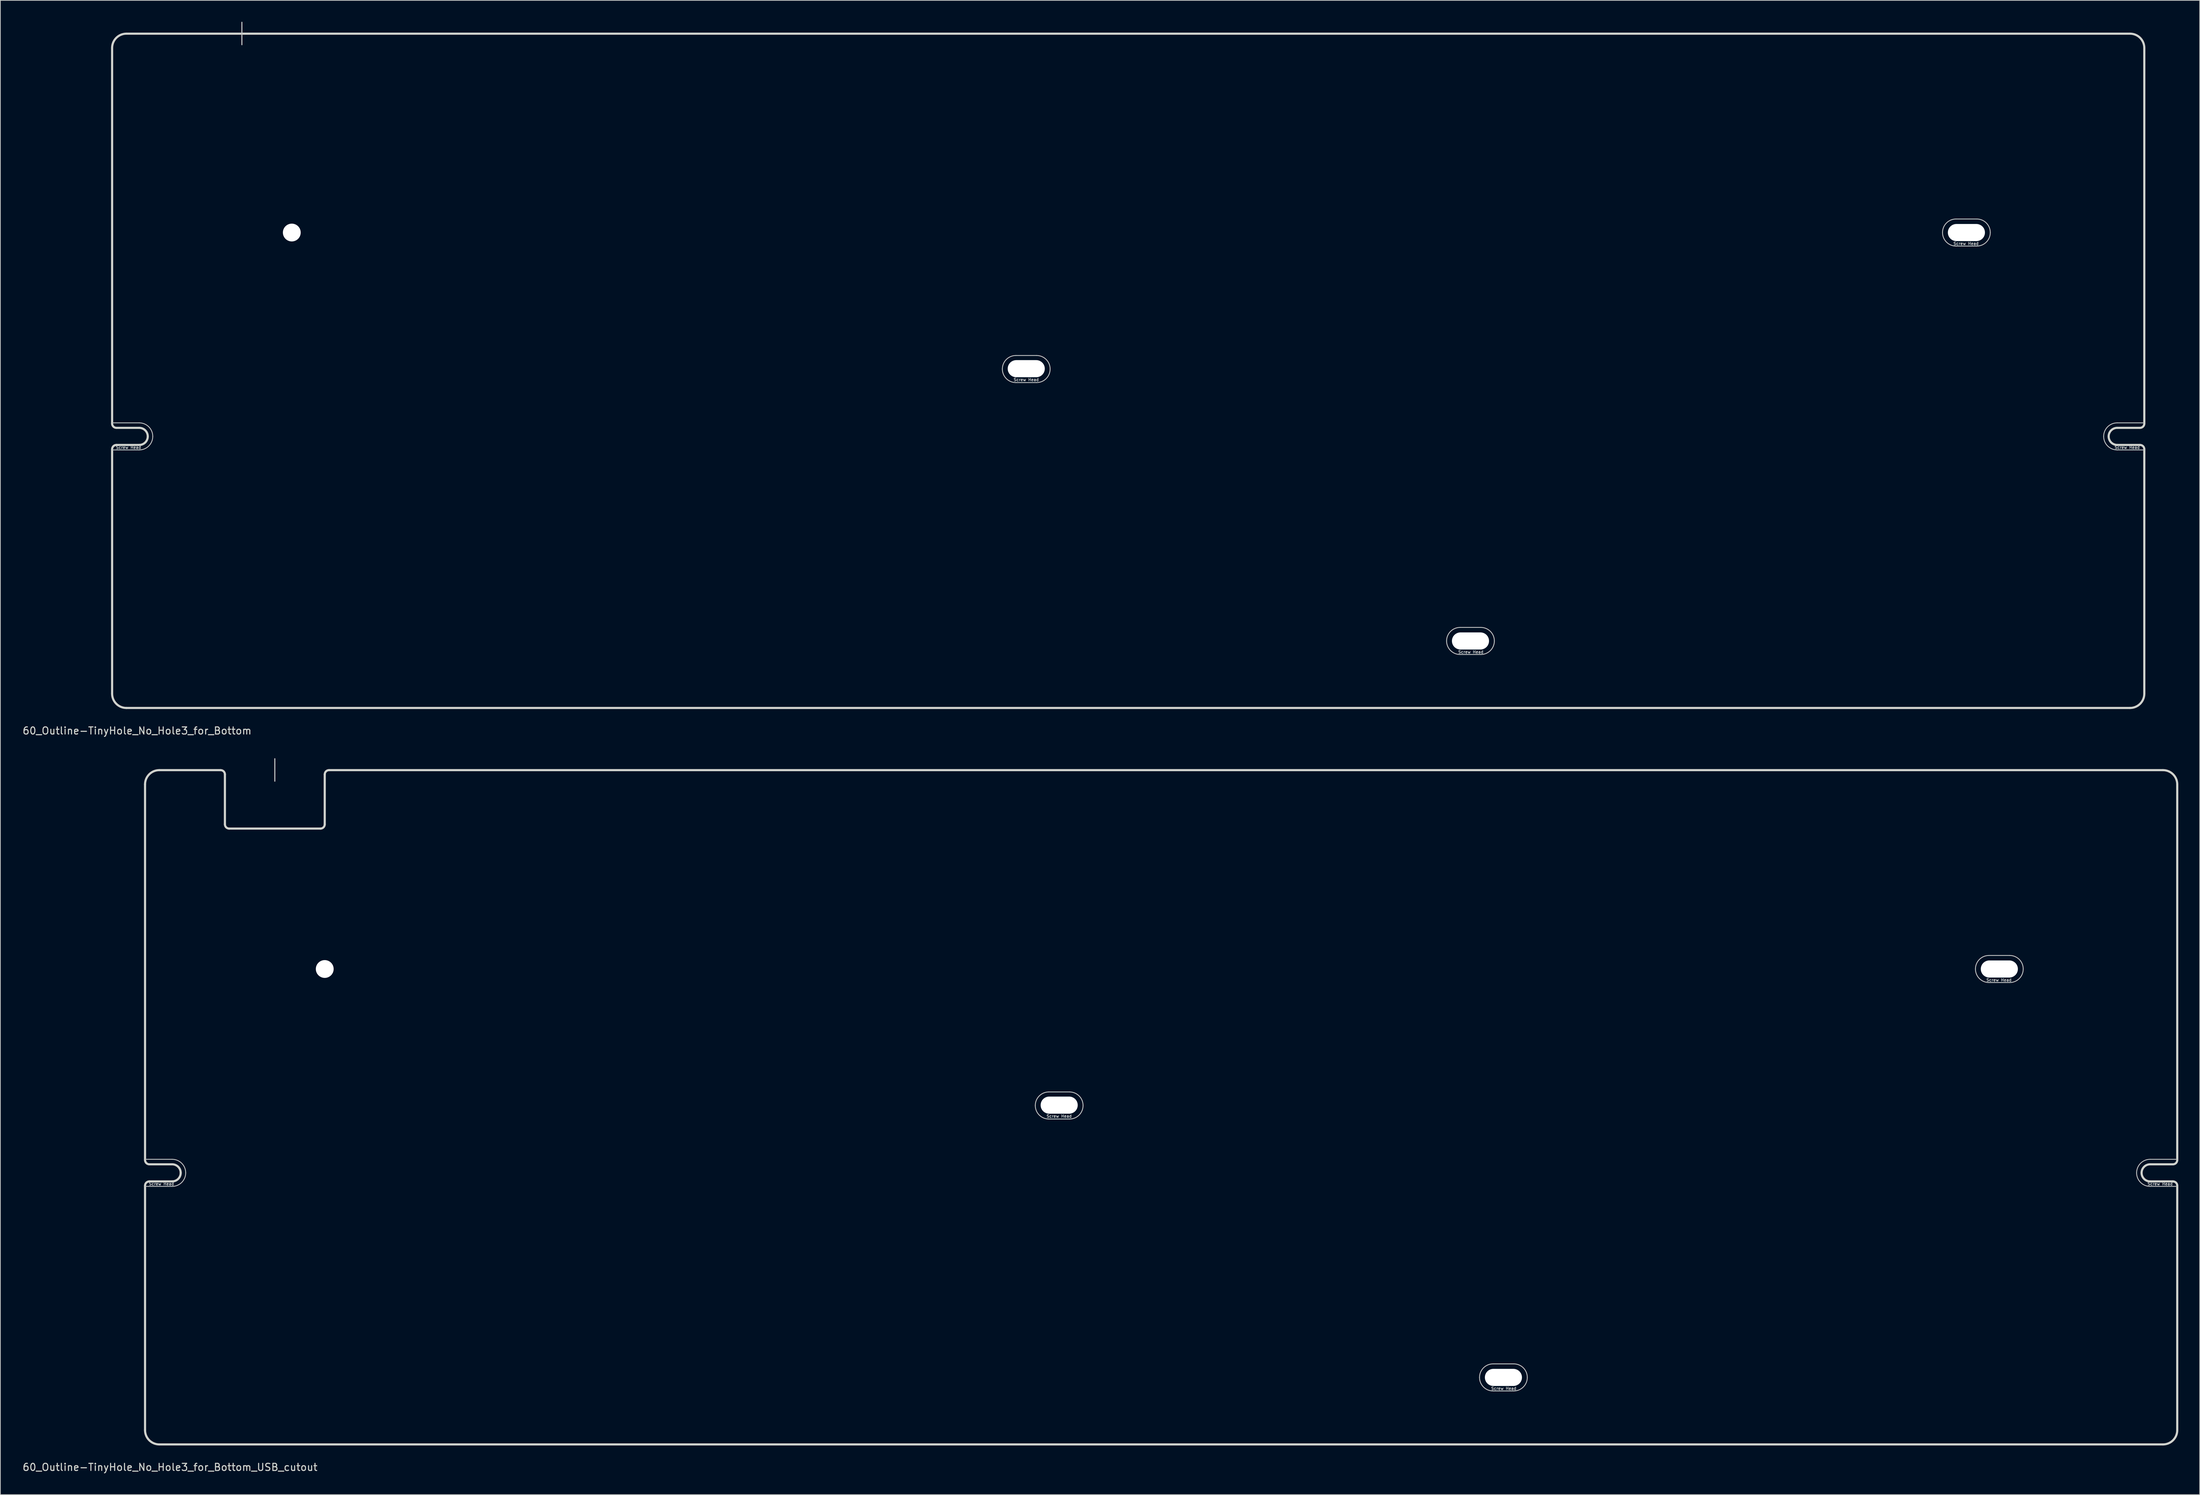
<source format=kicad_pcb>
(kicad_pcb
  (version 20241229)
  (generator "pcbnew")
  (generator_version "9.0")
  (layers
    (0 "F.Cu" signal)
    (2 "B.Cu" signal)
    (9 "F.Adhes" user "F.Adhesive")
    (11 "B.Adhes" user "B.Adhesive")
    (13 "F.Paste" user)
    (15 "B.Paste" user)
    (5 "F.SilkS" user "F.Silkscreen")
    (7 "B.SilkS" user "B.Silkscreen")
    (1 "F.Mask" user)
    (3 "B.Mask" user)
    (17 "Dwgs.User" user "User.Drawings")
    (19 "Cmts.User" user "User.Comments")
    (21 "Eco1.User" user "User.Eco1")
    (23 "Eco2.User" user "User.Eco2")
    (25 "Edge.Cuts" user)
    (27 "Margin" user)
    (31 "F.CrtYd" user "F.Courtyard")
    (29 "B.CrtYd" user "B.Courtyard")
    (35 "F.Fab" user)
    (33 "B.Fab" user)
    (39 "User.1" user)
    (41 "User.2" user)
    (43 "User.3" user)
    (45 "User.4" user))
  (footprint "60_Outline-TinyHole_No_Hole3_for_Bottom_USB_cutout"
    (layer "F.Cu")
    (at 159.792 152.298)
    (property "Reference" "60_Outline-TinyHole_No_Hole3_for_Bottom_USB_cutout" (at -139 50.5 0) (layer "Edge.Cuts") (effects (font (size 1 1) (thickness 0.15))))
    (attr through_hole)
    (fp_line (start -142.5 7.3) (end -138.7 7.3) (stroke (width 0.12) (type solid)) (layer "Dwgs.User"))
    (fp_line (start -142.5 11.1) (end -138.7 11.1) (stroke (width 0.12) (type solid)) (layer "Dwgs.User"))
    (fp_line (start -124.3 -48.9) (end -124.3 -45.75) (stroke (width 0.15) (type solid)) (layer "Dwgs.User"))
    (fp_line (start -15.75 -2.15) (end -12.85 -2.15) (stroke (width 0.12) (type solid)) (layer "Dwgs.User"))
    (fp_line (start -15.75 1.65) (end -12.85 1.65) (stroke (width 0.12) (type solid)) (layer "Dwgs.User"))
    (fp_line (start 46.55 36) (end 49.45 36) (stroke (width 0.12) (type solid)) (layer "Dwgs.User"))
    (fp_line (start 46.55 39.8) (end 49.45 39.8) (stroke (width 0.12) (type solid)) (layer "Dwgs.User"))
    (fp_line (start 116.1 -21.3) (end 119 -21.3) (stroke (width 0.12) (type solid)) (layer "Dwgs.User"))
    (fp_line (start 116.1 -17.5) (end 119 -17.5) (stroke (width 0.12) (type solid)) (layer "Dwgs.User"))
    (fp_line (start 138.7 7.3) (end 142.5 7.3) (stroke (width 0.12) (type solid)) (layer "Dwgs.User"))
    (fp_line (start 138.7 11.1) (end 142.5 11.1) (stroke (width 0.12) (type solid)) (layer "Dwgs.User"))
    (fp_arc (start -138.7 7.3) (mid -137.356497 7.856497) (end -136.8 9.2) (stroke (width 0.12) (type solid)) (layer "Dwgs.User"))
    (fp_arc (start -136.8 9.2) (mid -137.356497 10.543503) (end -138.7 11.1) (stroke (width 0.12) (type solid)) (layer "Dwgs.User"))
    (fp_arc (start -17.65 -0.25) (mid -17.093503 -1.593503) (end -15.75 -2.15) (stroke (width 0.12) (type solid)) (layer "Dwgs.User"))
    (fp_arc (start -15.75 1.65) (mid -17.093503 1.093503) (end -17.65 -0.25) (stroke (width 0.12) (type solid)) (layer "Dwgs.User"))
    (fp_arc (start -12.85 -2.15) (mid -11.506497 -1.593503) (end -10.95 -0.25) (stroke (width 0.12) (type solid)) (layer "Dwgs.User"))
    (fp_arc (start -10.95 -0.25) (mid -11.506497 1.093503) (end -12.85 1.65) (stroke (width 0.12) (type solid)) (layer "Dwgs.User"))
    (fp_arc (start 44.65 37.9) (mid 45.206497 36.556497) (end 46.55 36) (stroke (width 0.12) (type solid)) (layer "Dwgs.User"))
    (fp_arc (start 46.55 39.8) (mid 45.206497 39.243503) (end 44.65 37.9) (stroke (width 0.12) (type solid)) (layer "Dwgs.User"))
    (fp_arc (start 49.45 36) (mid 50.793503 36.556497) (end 51.35 37.9) (stroke (width 0.12) (type solid)) (layer "Dwgs.User"))
    (fp_arc (start 51.35 37.9) (mid 50.793503 39.243503) (end 49.45 39.8) (stroke (width 0.12) (type solid)) (layer "Dwgs.User"))
    (fp_arc (start 114.2 -19.4) (mid 114.756497 -20.743503) (end 116.1 -21.3) (stroke (width 0.12) (type solid)) (layer "Dwgs.User"))
    (fp_arc (start 116.1 -17.5) (mid 114.756497 -18.056497) (end 114.2 -19.4) (stroke (width 0.12) (type solid)) (layer "Dwgs.User"))
    (fp_arc (start 119 -21.3) (mid 120.343503 -20.743503) (end 120.9 -19.4) (stroke (width 0.12) (type solid)) (layer "Dwgs.User"))
    (fp_arc (start 120.9 -19.4) (mid 120.343503 -18.056497) (end 119 -17.5) (stroke (width 0.12) (type solid)) (layer "Dwgs.User"))
    (fp_arc (start 136.8 9.2) (mid 137.356497 7.856497) (end 138.7 7.3) (stroke (width 0.12) (type solid)) (layer "Dwgs.User"))
    (fp_arc (start 138.7 11.1) (mid 137.356497 10.543503) (end 136.8 9.2) (stroke (width 0.12) (type solid)) (layer "Dwgs.User"))
    (fp_line (start -132.3 -47.3) (end -124.3 -47.3) (stroke (width 0.12) (type solid)) (layer "Eco1.User"))
    (fp_line (start -124.3 -47.3) (end -116.3 -47.3) (stroke (width 0.12) (type solid)) (layer "Eco1.User"))
    (fp_line (start -142.5 7.4) (end -142.5 -45.3) (stroke (width 0.3) (type solid)) (layer "Edge.Cuts"))
    (fp_line (start -142.5 45.3) (end -142.5 11) (stroke (width 0.3) (type solid)) (layer "Edge.Cuts"))
    (fp_line (start -141.9 10.4) (end -138.7 10.4) (stroke (width 0.3) (type solid)) (layer "Edge.Cuts"))
    (fp_line (start -138.7 8) (end -141.9 8) (stroke (width 0.3) (type solid)) (layer "Edge.Cuts"))
    (fp_line (start -131.9 -47.3) (end -140.5 -47.3) (stroke (width 0.3) (type solid)) (layer "Edge.Cuts"))
    (fp_line (start -131.3 -39.7) (end -131.3 -46.7) (stroke (width 0.3) (type solid)) (layer "Edge.Cuts"))
    (fp_line (start -130.7 -39.1) (end -117.9 -39.1) (stroke (width 0.3) (type solid)) (layer "Edge.Cuts"))
    (fp_line (start -117.3 -39.7) (end -117.3 -46.7) (stroke (width 0.3) (type solid)) (layer "Edge.Cuts"))
    (fp_line (start 138.7 10.4) (end 141.9 10.4) (stroke (width 0.3) (type solid)) (layer "Edge.Cuts"))
    (fp_line (start 140.5 -47.3) (end -116.7 -47.3) (stroke (width 0.3) (type solid)) (layer "Edge.Cuts"))
    (fp_line (start 140.5 47.3) (end -140.5 47.3) (stroke (width 0.3) (type solid)) (layer "Edge.Cuts"))
    (fp_line (start 141.9 8) (end 138.7 8) (stroke (width 0.3) (type solid)) (layer "Edge.Cuts"))
    (fp_line (start 142.5 7.4) (end 142.5 -45.3) (stroke (width 0.3) (type solid)) (layer "Edge.Cuts"))
    (fp_line (start 142.5 11) (end 142.5 45.3) (stroke (width 0.3) (type solid)) (layer "Edge.Cuts"))
    (fp_arc (start -142.5 -45.3) (mid -141.914214 -46.714214) (end -140.5 -47.3) (stroke (width 0.3) (type solid)) (layer "Edge.Cuts"))
    (fp_arc (start -142.5 11) (mid -142.324264 10.575736) (end -141.9 10.4) (stroke (width 0.3) (type solid)) (layer "Edge.Cuts"))
    (fp_arc (start -141.9 8) (mid -142.324264 7.824264) (end -142.5 7.4) (stroke (width 0.3) (type solid)) (layer "Edge.Cuts"))
    (fp_arc (start -140.5 47.3) (mid -141.914214 46.714214) (end -142.5 45.3) (stroke (width 0.3) (type solid)) (layer "Edge.Cuts"))
    (fp_arc (start -138.7 8) (mid -137.851472 8.351472) (end -137.5 9.2) (stroke (width 0.3) (type solid)) (layer "Edge.Cuts"))
    (fp_arc (start -137.5 9.2) (mid -137.851472 10.048528) (end -138.7 10.4) (stroke (width 0.3) (type solid)) (layer "Edge.Cuts"))
    (fp_arc (start -131.9 -47.3) (mid -131.475736 -47.124264) (end -131.3 -46.7) (stroke (width 0.3) (type solid)) (layer "Edge.Cuts"))
    (fp_arc (start -130.7 -39.1) (mid -131.124264 -39.275736) (end -131.3 -39.7) (stroke (width 0.3) (type solid)) (layer "Edge.Cuts"))
    (fp_arc (start -117.3 -46.7) (mid -117.124264 -47.124264) (end -116.7 -47.3) (stroke (width 0.3) (type solid)) (layer "Edge.Cuts"))
    (fp_arc (start -117.3 -39.7) (mid -117.475736 -39.275736) (end -117.9 -39.1) (stroke (width 0.3) (type solid)) (layer "Edge.Cuts"))
    (fp_arc (start 137.5 9.2) (mid 137.851472 8.351472) (end 138.7 8) (stroke (width 0.3) (type solid)) (layer "Edge.Cuts"))
    (fp_arc (start 138.7 10.4) (mid 137.851472 10.048528) (end 137.5 9.2) (stroke (width 0.3) (type solid)) (layer "Edge.Cuts"))
    (fp_arc (start 140.5 -47.3) (mid 141.914214 -46.714214) (end 142.5 -45.3) (stroke (width 0.3) (type solid)) (layer "Edge.Cuts"))
    (fp_arc (start 141.9 10.4) (mid 142.324264 10.575736) (end 142.5 11) (stroke (width 0.3) (type solid)) (layer "Edge.Cuts"))
    (fp_arc (start 142.5 7.4) (mid 142.324264 7.824264) (end 141.9 8) (stroke (width 0.3) (type solid)) (layer "Edge.Cuts"))
    (fp_arc (start 142.5 45.3) (mid 141.914214 46.714214) (end 140.5 47.3) (stroke (width 0.3) (type solid)) (layer "Edge.Cuts"))
    (fp_text user "Screw Head" (at 140.1 10.75 0) (layer "Dwgs.User") (effects (font (size 0.4 0.4) (thickness 0.08))))
    (fp_text user "Screw Head" (at -140.2 10.75 0) (layer "Dwgs.User") (effects (font (size 0.4 0.4) (thickness 0.08))))
    (fp_text user "Screw Head" (at 117.5 -17.85 0) (layer "Dwgs.User") (effects (font (size 0.4 0.4) (thickness 0.08))))
    (fp_text user "Screw Head" (at -14.3 1.25 0) (layer "Dwgs.User") (effects (font (size 0.4 0.4) (thickness 0.08))))
    (fp_text user "Screw Head" (at 48.05 39.45 0) (layer "Dwgs.User") (effects (font (size 0.4 0.4) (thickness 0.08))))
    (pad "" np_thru_hole circle (at -117.3 -19.4) (size 2.499 2.499) (drill 2.499) (layers "*.Cu" "*.Mask"))
    (pad "" np_thru_hole oval (at -14.3 -0.3) (size 5.2 2.4) (drill oval 5.2 2.4) (layers "*.Cu" "*.Mask"))
    (pad "" np_thru_hole oval (at 48 37.9) (size 5.2 2.4) (drill oval 5.2 2.4) (layers "*.Cu" "*.Mask"))
    (pad "" np_thru_hole oval (at 117.55 -19.4) (size 5.2 2.4) (drill oval 5.2 2.4) (layers "*.Cu" "*.Mask")))
  (footprint "60_Outline-TinyHole_No_Hole3_for_Bottom"
    (layer "F.Cu")
    (at 155.173 48.975)
    (property "Reference" "60_Outline-TinyHole_No_Hole3_for_Bottom" (at -139 50.5 0) (layer "Edge.Cuts") (effects (font (size 1 1) (thickness 0.15))))
    (attr through_hole)
    (fp_line (start -142.5 7.3) (end -138.7 7.3) (stroke (width 0.12) (type solid)) (layer "Dwgs.User"))
    (fp_line (start -142.5 11.1) (end -138.7 11.1) (stroke (width 0.12) (type solid)) (layer "Dwgs.User"))
    (fp_line (start -124.3 -48.9) (end -124.3 -45.75) (stroke (width 0.15) (type solid)) (layer "Dwgs.User"))
    (fp_line (start -15.75 -2.15) (end -12.85 -2.15) (stroke (width 0.12) (type solid)) (layer "Dwgs.User"))
    (fp_line (start -15.75 1.65) (end -12.85 1.65) (stroke (width 0.12) (type solid)) (layer "Dwgs.User"))
    (fp_line (start 46.55 36) (end 49.45 36) (stroke (width 0.12) (type solid)) (layer "Dwgs.User"))
    (fp_line (start 46.55 39.8) (end 49.45 39.8) (stroke (width 0.12) (type solid)) (layer "Dwgs.User"))
    (fp_line (start 116.1 -21.3) (end 119 -21.3) (stroke (width 0.12) (type solid)) (layer "Dwgs.User"))
    (fp_line (start 116.1 -17.5) (end 119 -17.5) (stroke (width 0.12) (type solid)) (layer "Dwgs.User"))
    (fp_line (start 138.7 7.3) (end 142.5 7.3) (stroke (width 0.12) (type solid)) (layer "Dwgs.User"))
    (fp_line (start 138.7 11.1) (end 142.5 11.1) (stroke (width 0.12) (type solid)) (layer "Dwgs.User"))
    (fp_arc (start -138.7 7.3) (mid -137.356497 7.856497) (end -136.8 9.2) (stroke (width 0.12) (type solid)) (layer "Dwgs.User"))
    (fp_arc (start -136.8 9.2) (mid -137.356497 10.543503) (end -138.7 11.1) (stroke (width 0.12) (type solid)) (layer "Dwgs.User"))
    (fp_arc (start -17.65 -0.25) (mid -17.093503 -1.593503) (end -15.75 -2.15) (stroke (width 0.12) (type solid)) (layer "Dwgs.User"))
    (fp_arc (start -15.75 1.65) (mid -17.093503 1.093503) (end -17.65 -0.25) (stroke (width 0.12) (type solid)) (layer "Dwgs.User"))
    (fp_arc (start -12.85 -2.15) (mid -11.506497 -1.593503) (end -10.95 -0.25) (stroke (width 0.12) (type solid)) (layer "Dwgs.User"))
    (fp_arc (start -10.95 -0.25) (mid -11.506497 1.093503) (end -12.85 1.65) (stroke (width 0.12) (type solid)) (layer "Dwgs.User"))
    (fp_arc (start 44.65 37.9) (mid 45.206497 36.556497) (end 46.55 36) (stroke (width 0.12) (type solid)) (layer "Dwgs.User"))
    (fp_arc (start 46.55 39.8) (mid 45.206497 39.243503) (end 44.65 37.9) (stroke (width 0.12) (type solid)) (layer "Dwgs.User"))
    (fp_arc (start 49.45 36) (mid 50.793503 36.556497) (end 51.35 37.9) (stroke (width 0.12) (type solid)) (layer "Dwgs.User"))
    (fp_arc (start 51.35 37.9) (mid 50.793503 39.243503) (end 49.45 39.8) (stroke (width 0.12) (type solid)) (layer "Dwgs.User"))
    (fp_arc (start 114.2 -19.4) (mid 114.756497 -20.743503) (end 116.1 -21.3) (stroke (width 0.12) (type solid)) (layer "Dwgs.User"))
    (fp_arc (start 116.1 -17.5) (mid 114.756497 -18.056497) (end 114.2 -19.4) (stroke (width 0.12) (type solid)) (layer "Dwgs.User"))
    (fp_arc (start 119 -21.3) (mid 120.343503 -20.743503) (end 120.9 -19.4) (stroke (width 0.12) (type solid)) (layer "Dwgs.User"))
    (fp_arc (start 120.9 -19.4) (mid 120.343503 -18.056497) (end 119 -17.5) (stroke (width 0.12) (type solid)) (layer "Dwgs.User"))
    (fp_arc (start 136.8 9.2) (mid 137.356497 7.856497) (end 138.7 7.3) (stroke (width 0.12) (type solid)) (layer "Dwgs.User"))
    (fp_arc (start 138.7 11.1) (mid 137.356497 10.543503) (end 136.8 9.2) (stroke (width 0.12) (type solid)) (layer "Dwgs.User"))
    (fp_line (start -142.5 7.4) (end -142.5 -45.3) (stroke (width 0.3) (type solid)) (layer "Edge.Cuts"))
    (fp_line (start -142.5 45.3) (end -142.5 11) (stroke (width 0.3) (type solid)) (layer "Edge.Cuts"))
    (fp_line (start -141.9 10.4) (end -138.7 10.4) (stroke (width 0.3) (type solid)) (layer "Edge.Cuts"))
    (fp_line (start -138.7 8) (end -141.9 8) (stroke (width 0.3) (type solid)) (layer "Edge.Cuts"))
    (fp_line (start 138.7 10.4) (end 141.9 10.4) (stroke (width 0.3) (type solid)) (layer "Edge.Cuts"))
    (fp_line (start 140.5 -47.3) (end -140.5 -47.3) (stroke (width 0.3) (type solid)) (layer "Edge.Cuts"))
    (fp_line (start 140.5 47.3) (end -140.5 47.3) (stroke (width 0.3) (type solid)) (layer "Edge.Cuts"))
    (fp_line (start 141.9 8) (end 138.7 8) (stroke (width 0.3) (type solid)) (layer "Edge.Cuts"))
    (fp_line (start 142.5 7.4) (end 142.5 -45.3) (stroke (width 0.3) (type solid)) (layer "Edge.Cuts"))
    (fp_line (start 142.5 11) (end 142.5 45.3) (stroke (width 0.3) (type solid)) (layer "Edge.Cuts"))
    (fp_arc (start -142.5 -45.3) (mid -141.914214 -46.714214) (end -140.5 -47.3) (stroke (width 0.3) (type solid)) (layer "Edge.Cuts"))
    (fp_arc (start -142.5 11) (mid -142.324264 10.575736) (end -141.9 10.4) (stroke (width 0.3) (type solid)) (layer "Edge.Cuts"))
    (fp_arc (start -141.9 8) (mid -142.324264 7.824264) (end -142.5 7.4) (stroke (width 0.3) (type solid)) (layer "Edge.Cuts"))
    (fp_arc (start -140.5 47.3) (mid -141.914214 46.714214) (end -142.5 45.3) (stroke (width 0.3) (type solid)) (layer "Edge.Cuts"))
    (fp_arc (start -138.7 8) (mid -137.851472 8.351472) (end -137.5 9.2) (stroke (width 0.3) (type solid)) (layer "Edge.Cuts"))
    (fp_arc (start -137.5 9.2) (mid -137.851472 10.048528) (end -138.7 10.4) (stroke (width 0.3) (type solid)) (layer "Edge.Cuts"))
    (fp_arc (start 137.5 9.2) (mid 137.851472 8.351472) (end 138.7 8) (stroke (width 0.3) (type solid)) (layer "Edge.Cuts"))
    (fp_arc (start 138.7 10.4) (mid 137.851472 10.048528) (end 137.5 9.2) (stroke (width 0.3) (type solid)) (layer "Edge.Cuts"))
    (fp_arc (start 140.5 -47.3) (mid 141.914214 -46.714214) (end 142.5 -45.3) (stroke (width 0.3) (type solid)) (layer "Edge.Cuts"))
    (fp_arc (start 141.9 10.4) (mid 142.324264 10.575736) (end 142.5 11) (stroke (width 0.3) (type solid)) (layer "Edge.Cuts"))
    (fp_arc (start 142.5 7.4) (mid 142.324264 7.824264) (end 141.9 8) (stroke (width 0.3) (type solid)) (layer "Edge.Cuts"))
    (fp_arc (start 142.5 45.3) (mid 141.914214 46.714214) (end 140.5 47.3) (stroke (width 0.3) (type solid)) (layer "Edge.Cuts"))
    (fp_text user "Screw Head" (at 117.5 -17.85 0) (layer "Dwgs.User") (effects (font (size 0.4 0.4) (thickness 0.08))))
    (fp_text user "Screw Head" (at 140.1 10.75 0) (layer "Dwgs.User") (effects (font (size 0.4 0.4) (thickness 0.08))))
    (fp_text user "Screw Head" (at 48.05 39.45 0) (layer "Dwgs.User") (effects (font (size 0.4 0.4) (thickness 0.08))))
    (fp_text user "Screw Head" (at -14.3 1.25 0) (layer "Dwgs.User") (effects (font (size 0.4 0.4) (thickness 0.08))))
    (fp_text user "Screw Head" (at -140.2 10.75 0) (layer "Dwgs.User") (effects (font (size 0.4 0.4) (thickness 0.08))))
    (pad "" np_thru_hole circle (at -117.3 -19.4) (size 2.499 2.499) (drill 2.499) (layers "*.Cu" "*.Mask"))
    (pad "" np_thru_hole oval (at -14.3 -0.3) (size 5.2 2.4) (drill oval 5.2 2.4) (layers "*.Cu" "*.Mask"))
    (pad "" np_thru_hole oval (at 48 37.9) (size 5.2 2.4) (drill oval 5.2 2.4) (layers "*.Cu" "*.Mask"))
    (pad "" np_thru_hole oval (at 117.55 -19.4) (size 5.2 2.4) (drill oval 5.2 2.4) (layers "*.Cu" "*.Mask")))
  (gr_rect
    (start -3 -3)
    (end 305.442 206.647)
    (stroke (width 0.1) (type default))
    (fill no)
    (layer "Edge.Cuts")))
</source>
